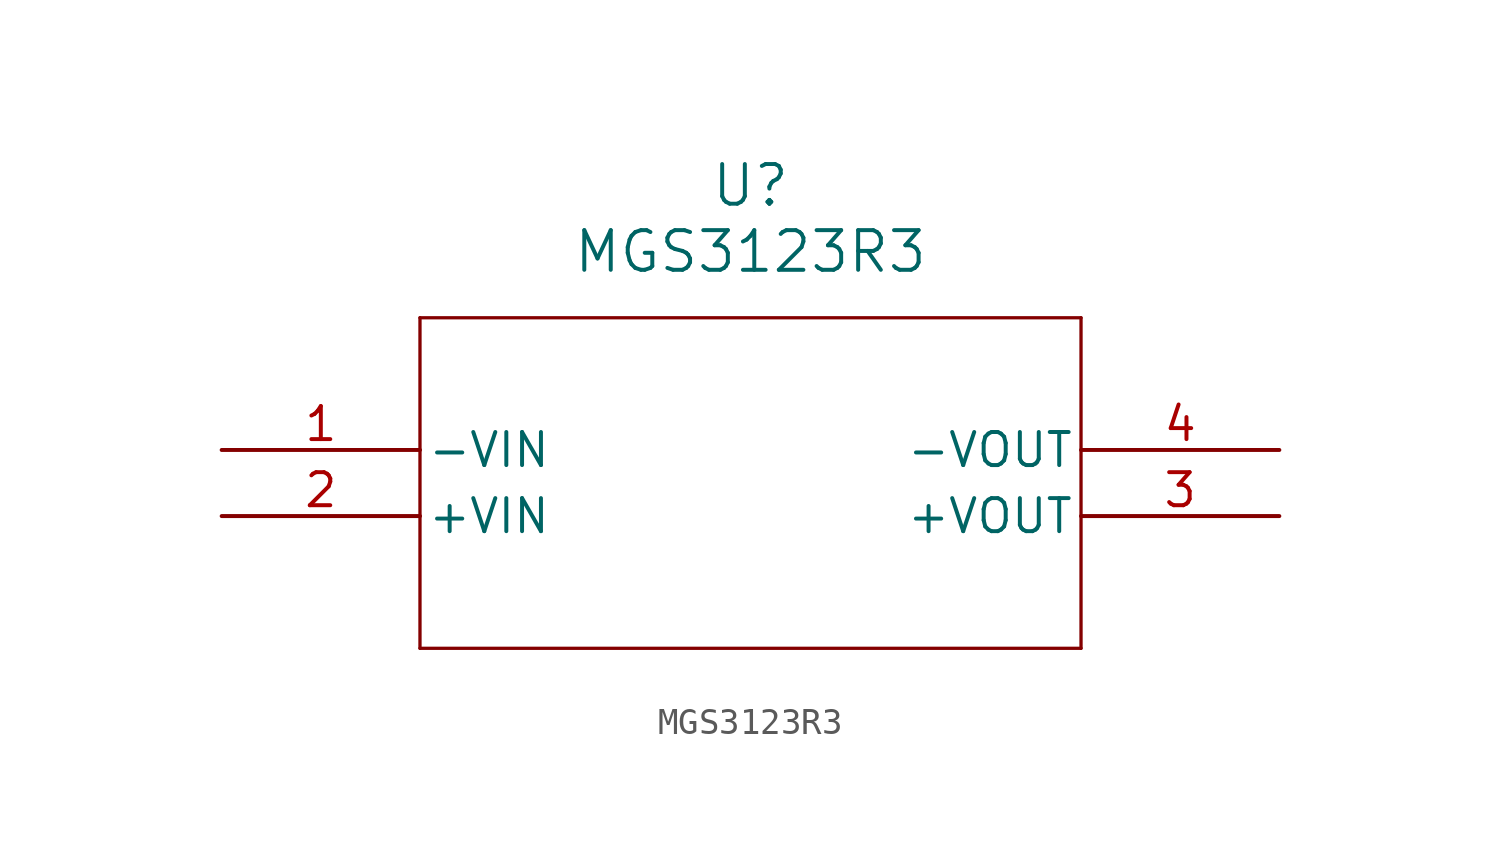
<source format=kicad_sym>
(kicad_symbol_lib
  (version 20211014)
  (generator kicad_symbol_editor)
  (symbol "MGS3123R3"
    (pin_names
      (offset 0.254))
    (property "Reference" "U"
      (at 20.32 10.16 0)
      (effects (font (size 1.524 1.524))))
    (property "Value" "MGS3123R3"
      (at 20.32 7.62 0)
      (effects (font (size 1.524 1.524))))
    (symbol "MGS3123R3_0_1"
      (polyline (pts (xy 7.62 5.08) (xy 7.62 -7.62)) (stroke (width 0.127) (type default) (color 0 0 0 0)) (fill (type none)))
      (polyline (pts (xy 7.62 -7.62) (xy 33.02 -7.62)) (stroke (width 0.127) (type default) (color 0 0 0 0)) (fill (type none)))
      (polyline (pts (xy 33.02 -7.62) (xy 33.02 5.08)) (stroke (width 0.127) (type default) (color 0 0 0 0)) (fill (type none)))
      (polyline (pts (xy 33.02 5.08) (xy 7.62 5.08)) (stroke (width 0.127) (type default) (color 0 0 0 0)) (fill (type none)))
      (pin power_in line (at 0 0 0) (length 7.62) (name "-VIN" (effects (font (size 1.27 1.27)))) (number "1" (effects (font (size 1.27 1.27)))))
      (pin power_in line (at 0 -2.54 0) (length 7.62) (name "+VIN" (effects (font (size 1.27 1.27)))) (number "2" (effects (font (size 1.27 1.27)))))
      (pin output line (at 40.64 -2.54 180) (length 7.62) (name "+VOUT" (effects (font (size 1.27 1.27)))) (number "3" (effects (font (size 1.27 1.27)))))
      (pin output line (at 40.64 0 180) (length 7.62) (name "-VOUT" (effects (font (size 1.27 1.27)))) (number "4" (effects (font (size 1.27 1.27))))))))
</source>
